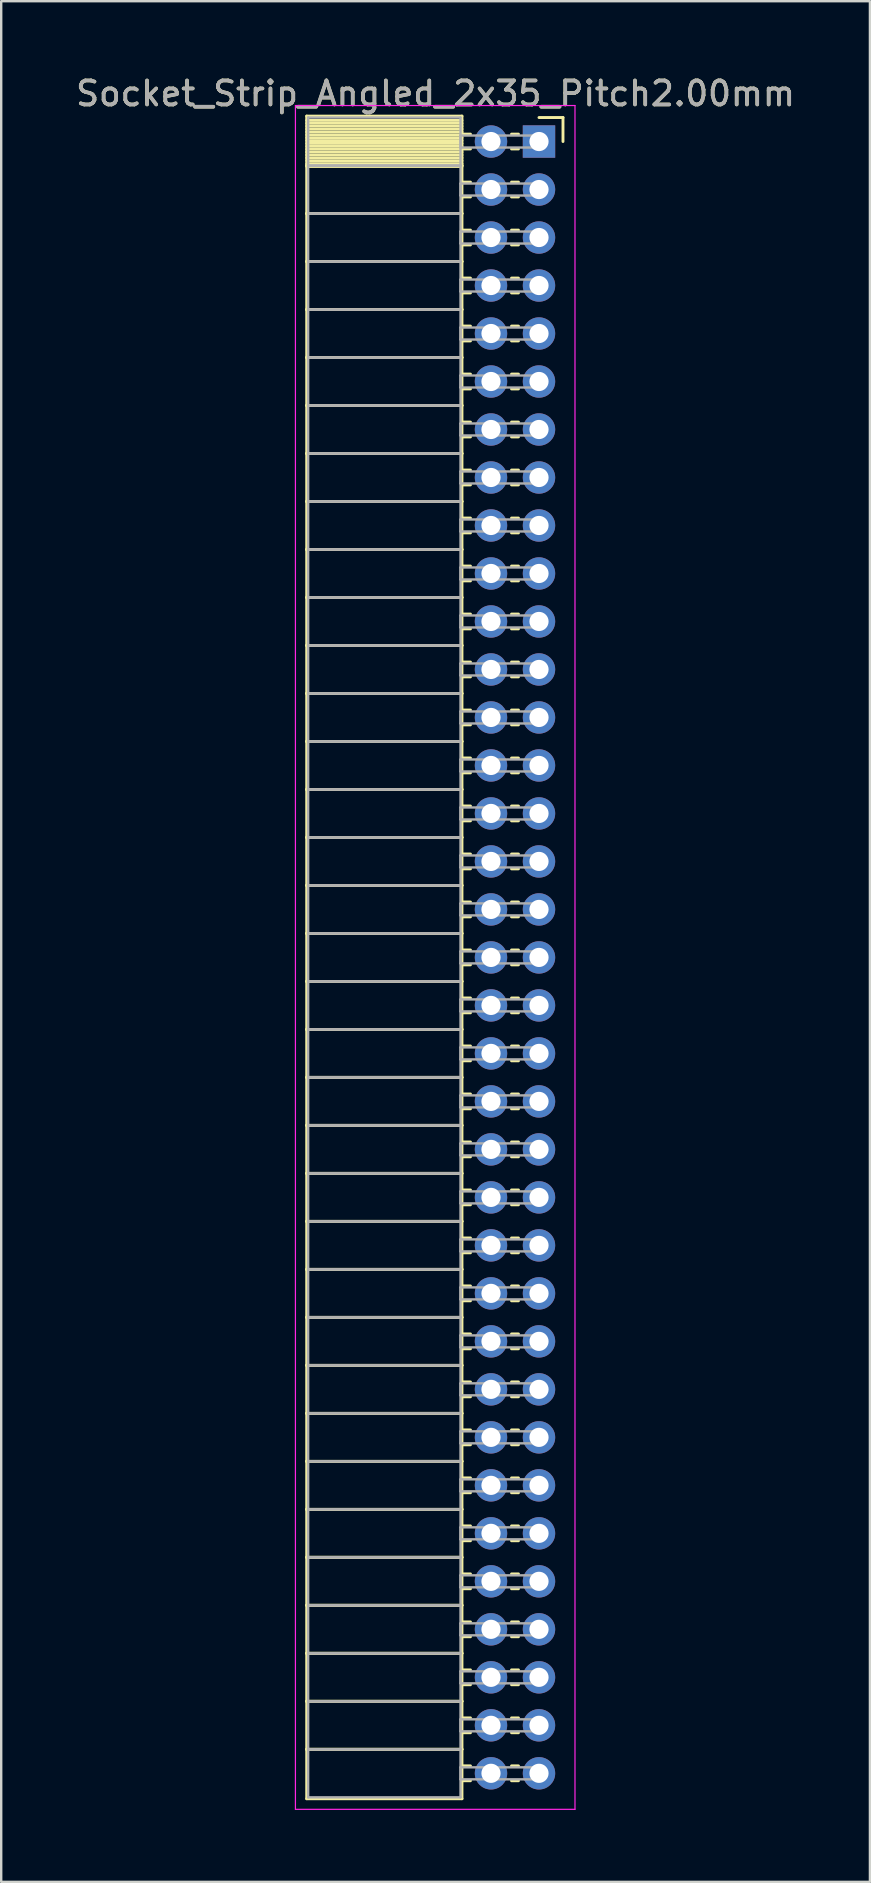
<source format=kicad_pcb>
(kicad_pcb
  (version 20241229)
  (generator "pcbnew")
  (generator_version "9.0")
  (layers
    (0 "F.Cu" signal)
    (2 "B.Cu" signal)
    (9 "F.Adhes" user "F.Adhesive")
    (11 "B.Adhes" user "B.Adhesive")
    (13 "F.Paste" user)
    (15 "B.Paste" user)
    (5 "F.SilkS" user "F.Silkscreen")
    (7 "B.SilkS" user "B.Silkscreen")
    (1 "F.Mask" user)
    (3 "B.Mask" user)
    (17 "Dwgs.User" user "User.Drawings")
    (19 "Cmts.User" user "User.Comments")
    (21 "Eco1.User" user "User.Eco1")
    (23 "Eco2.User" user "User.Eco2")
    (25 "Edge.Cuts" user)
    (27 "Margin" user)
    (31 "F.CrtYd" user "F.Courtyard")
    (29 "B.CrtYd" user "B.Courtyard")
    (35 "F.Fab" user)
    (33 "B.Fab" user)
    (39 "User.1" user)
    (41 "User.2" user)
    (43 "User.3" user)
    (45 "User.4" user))
  (footprint "Socket_Strip_Angled_2x35_Pitch2.00mm"
    (layer "F.Cu")
    (at 19.411 2.848)
    (property "Reference" "Socket_Strip_Angled_2x35_Pitch2.00mm" (at -4.31 -2 0) (layer "F.SilkS") (effects (font (size 1 1) (thickness 0.15))))
    (attr through_hole)
    (fp_line (start -9.68 -1.06) (end -3.21 -1.06) (stroke (width 0.12) (type solid)) (layer "F.SilkS"))
    (fp_line (start -9.68 1) (end -9.68 -1.06) (stroke (width 0.12) (type solid)) (layer "F.SilkS"))
    (fp_line (start -9.68 1) (end -3.21 1) (stroke (width 0.12) (type solid)) (layer "F.SilkS"))
    (fp_line (start -9.68 3) (end -9.68 1) (stroke (width 0.12) (type solid)) (layer "F.SilkS"))
    (fp_line (start -9.68 3) (end -3.21 3) (stroke (width 0.12) (type solid)) (layer "F.SilkS"))
    (fp_line (start -9.68 5) (end -9.68 3) (stroke (width 0.12) (type solid)) (layer "F.SilkS"))
    (fp_line (start -9.68 5) (end -3.21 5) (stroke (width 0.12) (type solid)) (layer "F.SilkS"))
    (fp_line (start -9.68 7) (end -9.68 5) (stroke (width 0.12) (type solid)) (layer "F.SilkS"))
    (fp_line (start -9.68 7) (end -3.21 7) (stroke (width 0.12) (type solid)) (layer "F.SilkS"))
    (fp_line (start -9.68 9) (end -9.68 7) (stroke (width 0.12) (type solid)) (layer "F.SilkS"))
    (fp_line (start -9.68 9) (end -3.21 9) (stroke (width 0.12) (type solid)) (layer "F.SilkS"))
    (fp_line (start -9.68 11) (end -9.68 9) (stroke (width 0.12) (type solid)) (layer "F.SilkS"))
    (fp_line (start -9.68 11) (end -3.21 11) (stroke (width 0.12) (type solid)) (layer "F.SilkS"))
    (fp_line (start -9.68 13) (end -9.68 11) (stroke (width 0.12) (type solid)) (layer "F.SilkS"))
    (fp_line (start -9.68 13) (end -3.21 13) (stroke (width 0.12) (type solid)) (layer "F.SilkS"))
    (fp_line (start -9.68 15) (end -9.68 13) (stroke (width 0.12) (type solid)) (layer "F.SilkS"))
    (fp_line (start -9.68 15) (end -3.21 15) (stroke (width 0.12) (type solid)) (layer "F.SilkS"))
    (fp_line (start -9.68 17) (end -9.68 15) (stroke (width 0.12) (type solid)) (layer "F.SilkS"))
    (fp_line (start -9.68 17) (end -3.21 17) (stroke (width 0.12) (type solid)) (layer "F.SilkS"))
    (fp_line (start -9.68 19) (end -9.68 17) (stroke (width 0.12) (type solid)) (layer "F.SilkS"))
    (fp_line (start -9.68 19) (end -3.21 19) (stroke (width 0.12) (type solid)) (layer "F.SilkS"))
    (fp_line (start -9.68 21) (end -9.68 19) (stroke (width 0.12) (type solid)) (layer "F.SilkS"))
    (fp_line (start -9.68 21) (end -3.21 21) (stroke (width 0.12) (type solid)) (layer "F.SilkS"))
    (fp_line (start -9.68 23) (end -9.68 21) (stroke (width 0.12) (type solid)) (layer "F.SilkS"))
    (fp_line (start -9.68 23) (end -3.21 23) (stroke (width 0.12) (type solid)) (layer "F.SilkS"))
    (fp_line (start -9.68 25) (end -9.68 23) (stroke (width 0.12) (type solid)) (layer "F.SilkS"))
    (fp_line (start -9.68 25) (end -3.21 25) (stroke (width 0.12) (type solid)) (layer "F.SilkS"))
    (fp_line (start -9.68 27) (end -9.68 25) (stroke (width 0.12) (type solid)) (layer "F.SilkS"))
    (fp_line (start -9.68 27) (end -3.21 27) (stroke (width 0.12) (type solid)) (layer "F.SilkS"))
    (fp_line (start -9.68 29) (end -9.68 27) (stroke (width 0.12) (type solid)) (layer "F.SilkS"))
    (fp_line (start -9.68 29) (end -3.21 29) (stroke (width 0.12) (type solid)) (layer "F.SilkS"))
    (fp_line (start -9.68 31) (end -9.68 29) (stroke (width 0.12) (type solid)) (layer "F.SilkS"))
    (fp_line (start -9.68 31) (end -3.21 31) (stroke (width 0.12) (type solid)) (layer "F.SilkS"))
    (fp_line (start -9.68 33) (end -9.68 31) (stroke (width 0.12) (type solid)) (layer "F.SilkS"))
    (fp_line (start -9.68 33) (end -3.21 33) (stroke (width 0.12) (type solid)) (layer "F.SilkS"))
    (fp_line (start -9.68 35) (end -9.68 33) (stroke (width 0.12) (type solid)) (layer "F.SilkS"))
    (fp_line (start -9.68 35) (end -3.21 35) (stroke (width 0.12) (type solid)) (layer "F.SilkS"))
    (fp_line (start -9.68 37) (end -9.68 35) (stroke (width 0.12) (type solid)) (layer "F.SilkS"))
    (fp_line (start -9.68 37) (end -3.21 37) (stroke (width 0.12) (type solid)) (layer "F.SilkS"))
    (fp_line (start -9.68 39) (end -9.68 37) (stroke (width 0.12) (type solid)) (layer "F.SilkS"))
    (fp_line (start -9.68 39) (end -3.21 39) (stroke (width 0.12) (type solid)) (layer "F.SilkS"))
    (fp_line (start -9.68 41) (end -9.68 39) (stroke (width 0.12) (type solid)) (layer "F.SilkS"))
    (fp_line (start -9.68 41) (end -3.21 41) (stroke (width 0.12) (type solid)) (layer "F.SilkS"))
    (fp_line (start -9.68 43) (end -9.68 41) (stroke (width 0.12) (type solid)) (layer "F.SilkS"))
    (fp_line (start -9.68 43) (end -3.21 43) (stroke (width 0.12) (type solid)) (layer "F.SilkS"))
    (fp_line (start -9.68 45) (end -9.68 43) (stroke (width 0.12) (type solid)) (layer "F.SilkS"))
    (fp_line (start -9.68 45) (end -3.21 45) (stroke (width 0.12) (type solid)) (layer "F.SilkS"))
    (fp_line (start -9.68 47) (end -9.68 45) (stroke (width 0.12) (type solid)) (layer "F.SilkS"))
    (fp_line (start -9.68 47) (end -3.21 47) (stroke (width 0.12) (type solid)) (layer "F.SilkS"))
    (fp_line (start -9.68 49) (end -9.68 47) (stroke (width 0.12) (type solid)) (layer "F.SilkS"))
    (fp_line (start -9.68 49) (end -3.21 49) (stroke (width 0.12) (type solid)) (layer "F.SilkS"))
    (fp_line (start -9.68 51) (end -9.68 49) (stroke (width 0.12) (type solid)) (layer "F.SilkS"))
    (fp_line (start -9.68 51) (end -3.21 51) (stroke (width 0.12) (type solid)) (layer "F.SilkS"))
    (fp_line (start -9.68 53) (end -9.68 51) (stroke (width 0.12) (type solid)) (layer "F.SilkS"))
    (fp_line (start -9.68 53) (end -3.21 53) (stroke (width 0.12) (type solid)) (layer "F.SilkS"))
    (fp_line (start -9.68 55) (end -9.68 53) (stroke (width 0.12) (type solid)) (layer "F.SilkS"))
    (fp_line (start -9.68 55) (end -3.21 55) (stroke (width 0.12) (type solid)) (layer "F.SilkS"))
    (fp_line (start -9.68 57) (end -9.68 55) (stroke (width 0.12) (type solid)) (layer "F.SilkS"))
    (fp_line (start -9.68 57) (end -3.21 57) (stroke (width 0.12) (type solid)) (layer "F.SilkS"))
    (fp_line (start -9.68 59) (end -9.68 57) (stroke (width 0.12) (type solid)) (layer "F.SilkS"))
    (fp_line (start -9.68 59) (end -3.21 59) (stroke (width 0.12) (type solid)) (layer "F.SilkS"))
    (fp_line (start -9.68 61) (end -9.68 59) (stroke (width 0.12) (type solid)) (layer "F.SilkS"))
    (fp_line (start -9.68 61) (end -3.21 61) (stroke (width 0.12) (type solid)) (layer "F.SilkS"))
    (fp_line (start -9.68 63) (end -9.68 61) (stroke (width 0.12) (type solid)) (layer "F.SilkS"))
    (fp_line (start -9.68 63) (end -3.21 63) (stroke (width 0.12) (type solid)) (layer "F.SilkS"))
    (fp_line (start -9.68 65) (end -9.68 63) (stroke (width 0.12) (type solid)) (layer "F.SilkS"))
    (fp_line (start -9.68 65) (end -3.21 65) (stroke (width 0.12) (type solid)) (layer "F.SilkS"))
    (fp_line (start -9.68 67) (end -9.68 65) (stroke (width 0.12) (type solid)) (layer "F.SilkS"))
    (fp_line (start -9.68 67) (end -3.21 67) (stroke (width 0.12) (type solid)) (layer "F.SilkS"))
    (fp_line (start -9.68 69.06) (end -9.68 67) (stroke (width 0.12) (type solid)) (layer "F.SilkS"))
    (fp_line (start -3.21 -1.06) (end -3.21 1) (stroke (width 0.12) (type solid)) (layer "F.SilkS"))
    (fp_line (start -3.21 -0.88) (end -9.68 -0.88) (stroke (width 0.12) (type solid)) (layer "F.SilkS"))
    (fp_line (start -3.21 -0.76) (end -9.68 -0.76) (stroke (width 0.12) (type solid)) (layer "F.SilkS"))
    (fp_line (start -3.21 -0.64) (end -9.68 -0.64) (stroke (width 0.12) (type solid)) (layer "F.SilkS"))
    (fp_line (start -3.21 -0.52) (end -9.68 -0.52) (stroke (width 0.12) (type solid)) (layer "F.SilkS"))
    (fp_line (start -3.21 -0.4) (end -9.68 -0.4) (stroke (width 0.12) (type solid)) (layer "F.SilkS"))
    (fp_line (start -3.21 -0.28) (end -9.68 -0.28) (stroke (width 0.12) (type solid)) (layer "F.SilkS"))
    (fp_line (start -3.21 -0.16) (end -9.68 -0.16) (stroke (width 0.12) (type solid)) (layer "F.SilkS"))
    (fp_line (start -3.21 -0.04) (end -9.68 -0.04) (stroke (width 0.12) (type solid)) (layer "F.SilkS"))
    (fp_line (start -3.21 0.08) (end -9.68 0.08) (stroke (width 0.12) (type solid)) (layer "F.SilkS"))
    (fp_line (start -3.21 0.2) (end -9.68 0.2) (stroke (width 0.12) (type solid)) (layer "F.SilkS"))
    (fp_line (start -3.21 0.32) (end -9.68 0.32) (stroke (width 0.12) (type solid)) (layer "F.SilkS"))
    (fp_line (start -3.21 0.44) (end -9.68 0.44) (stroke (width 0.12) (type solid)) (layer "F.SilkS"))
    (fp_line (start -3.21 0.56) (end -9.68 0.56) (stroke (width 0.12) (type solid)) (layer "F.SilkS"))
    (fp_line (start -3.21 0.68) (end -9.68 0.68) (stroke (width 0.12) (type solid)) (layer "F.SilkS"))
    (fp_line (start -3.21 0.8) (end -9.68 0.8) (stroke (width 0.12) (type solid)) (layer "F.SilkS"))
    (fp_line (start -3.21 0.92) (end -9.68 0.92) (stroke (width 0.12) (type solid)) (layer "F.SilkS"))
    (fp_line (start -3.21 1) (end -9.68 1) (stroke (width 0.12) (type solid)) (layer "F.SilkS"))
    (fp_line (start -3.21 1) (end -3.21 3) (stroke (width 0.12) (type solid)) (layer "F.SilkS"))
    (fp_line (start -3.21 1.04) (end -9.68 1.04) (stroke (width 0.12) (type solid)) (layer "F.SilkS"))
    (fp_line (start -3.21 3) (end -9.68 3) (stroke (width 0.12) (type solid)) (layer "F.SilkS"))
    (fp_line (start -3.21 3) (end -3.21 5) (stroke (width 0.12) (type solid)) (layer "F.SilkS"))
    (fp_line (start -3.21 5) (end -9.68 5) (stroke (width 0.12) (type solid)) (layer "F.SilkS"))
    (fp_line (start -3.21 5) (end -3.21 7) (stroke (width 0.12) (type solid)) (layer "F.SilkS"))
    (fp_line (start -3.21 7) (end -9.68 7) (stroke (width 0.12) (type solid)) (layer "F.SilkS"))
    (fp_line (start -3.21 7) (end -3.21 9) (stroke (width 0.12) (type solid)) (layer "F.SilkS"))
    (fp_line (start -3.21 9) (end -9.68 9) (stroke (width 0.12) (type solid)) (layer "F.SilkS"))
    (fp_line (start -3.21 9) (end -3.21 11) (stroke (width 0.12) (type solid)) (layer "F.SilkS"))
    (fp_line (start -3.21 11) (end -9.68 11) (stroke (width 0.12) (type solid)) (layer "F.SilkS"))
    (fp_line (start -3.21 11) (end -3.21 13) (stroke (width 0.12) (type solid)) (layer "F.SilkS"))
    (fp_line (start -3.21 13) (end -9.68 13) (stroke (width 0.12) (type solid)) (layer "F.SilkS"))
    (fp_line (start -3.21 13) (end -3.21 15) (stroke (width 0.12) (type solid)) (layer "F.SilkS"))
    (fp_line (start -3.21 15) (end -9.68 15) (stroke (width 0.12) (type solid)) (layer "F.SilkS"))
    (fp_line (start -3.21 15) (end -3.21 17) (stroke (width 0.12) (type solid)) (layer "F.SilkS"))
    (fp_line (start -3.21 17) (end -9.68 17) (stroke (width 0.12) (type solid)) (layer "F.SilkS"))
    (fp_line (start -3.21 17) (end -3.21 19) (stroke (width 0.12) (type solid)) (layer "F.SilkS"))
    (fp_line (start -3.21 19) (end -9.68 19) (stroke (width 0.12) (type solid)) (layer "F.SilkS"))
    (fp_line (start -3.21 19) (end -3.21 21) (stroke (width 0.12) (type solid)) (layer "F.SilkS"))
    (fp_line (start -3.21 21) (end -9.68 21) (stroke (width 0.12) (type solid)) (layer "F.SilkS"))
    (fp_line (start -3.21 21) (end -3.21 23) (stroke (width 0.12) (type solid)) (layer "F.SilkS"))
    (fp_line (start -3.21 23) (end -9.68 23) (stroke (width 0.12) (type solid)) (layer "F.SilkS"))
    (fp_line (start -3.21 23) (end -3.21 25) (stroke (width 0.12) (type solid)) (layer "F.SilkS"))
    (fp_line (start -3.21 25) (end -9.68 25) (stroke (width 0.12) (type solid)) (layer "F.SilkS"))
    (fp_line (start -3.21 25) (end -3.21 27) (stroke (width 0.12) (type solid)) (layer "F.SilkS"))
    (fp_line (start -3.21 27) (end -9.68 27) (stroke (width 0.12) (type solid)) (layer "F.SilkS"))
    (fp_line (start -3.21 27) (end -3.21 29) (stroke (width 0.12) (type solid)) (layer "F.SilkS"))
    (fp_line (start -3.21 29) (end -9.68 29) (stroke (width 0.12) (type solid)) (layer "F.SilkS"))
    (fp_line (start -3.21 29) (end -3.21 31) (stroke (width 0.12) (type solid)) (layer "F.SilkS"))
    (fp_line (start -3.21 31) (end -9.68 31) (stroke (width 0.12) (type solid)) (layer "F.SilkS"))
    (fp_line (start -3.21 31) (end -3.21 33) (stroke (width 0.12) (type solid)) (layer "F.SilkS"))
    (fp_line (start -3.21 33) (end -9.68 33) (stroke (width 0.12) (type solid)) (layer "F.SilkS"))
    (fp_line (start -3.21 33) (end -3.21 35) (stroke (width 0.12) (type solid)) (layer "F.SilkS"))
    (fp_line (start -3.21 35) (end -9.68 35) (stroke (width 0.12) (type solid)) (layer "F.SilkS"))
    (fp_line (start -3.21 35) (end -3.21 37) (stroke (width 0.12) (type solid)) (layer "F.SilkS"))
    (fp_line (start -3.21 37) (end -9.68 37) (stroke (width 0.12) (type solid)) (layer "F.SilkS"))
    (fp_line (start -3.21 37) (end -3.21 39) (stroke (width 0.12) (type solid)) (layer "F.SilkS"))
    (fp_line (start -3.21 39) (end -9.68 39) (stroke (width 0.12) (type solid)) (layer "F.SilkS"))
    (fp_line (start -3.21 39) (end -3.21 41) (stroke (width 0.12) (type solid)) (layer "F.SilkS"))
    (fp_line (start -3.21 41) (end -9.68 41) (stroke (width 0.12) (type solid)) (layer "F.SilkS"))
    (fp_line (start -3.21 41) (end -3.21 43) (stroke (width 0.12) (type solid)) (layer "F.SilkS"))
    (fp_line (start -3.21 43) (end -9.68 43) (stroke (width 0.12) (type solid)) (layer "F.SilkS"))
    (fp_line (start -3.21 43) (end -3.21 45) (stroke (width 0.12) (type solid)) (layer "F.SilkS"))
    (fp_line (start -3.21 45) (end -9.68 45) (stroke (width 0.12) (type solid)) (layer "F.SilkS"))
    (fp_line (start -3.21 45) (end -3.21 47) (stroke (width 0.12) (type solid)) (layer "F.SilkS"))
    (fp_line (start -3.21 47) (end -9.68 47) (stroke (width 0.12) (type solid)) (layer "F.SilkS"))
    (fp_line (start -3.21 47) (end -3.21 49) (stroke (width 0.12) (type solid)) (layer "F.SilkS"))
    (fp_line (start -3.21 49) (end -9.68 49) (stroke (width 0.12) (type solid)) (layer "F.SilkS"))
    (fp_line (start -3.21 49) (end -3.21 51) (stroke (width 0.12) (type solid)) (layer "F.SilkS"))
    (fp_line (start -3.21 51) (end -9.68 51) (stroke (width 0.12) (type solid)) (layer "F.SilkS"))
    (fp_line (start -3.21 51) (end -3.21 53) (stroke (width 0.12) (type solid)) (layer "F.SilkS"))
    (fp_line (start -3.21 53) (end -9.68 53) (stroke (width 0.12) (type solid)) (layer "F.SilkS"))
    (fp_line (start -3.21 53) (end -3.21 55) (stroke (width 0.12) (type solid)) (layer "F.SilkS"))
    (fp_line (start -3.21 55) (end -9.68 55) (stroke (width 0.12) (type solid)) (layer "F.SilkS"))
    (fp_line (start -3.21 55) (end -3.21 57) (stroke (width 0.12) (type solid)) (layer "F.SilkS"))
    (fp_line (start -3.21 57) (end -9.68 57) (stroke (width 0.12) (type solid)) (layer "F.SilkS"))
    (fp_line (start -3.21 57) (end -3.21 59) (stroke (width 0.12) (type solid)) (layer "F.SilkS"))
    (fp_line (start -3.21 59) (end -9.68 59) (stroke (width 0.12) (type solid)) (layer "F.SilkS"))
    (fp_line (start -3.21 59) (end -3.21 61) (stroke (width 0.12) (type solid)) (layer "F.SilkS"))
    (fp_line (start -3.21 61) (end -9.68 61) (stroke (width 0.12) (type solid)) (layer "F.SilkS"))
    (fp_line (start -3.21 61) (end -3.21 63) (stroke (width 0.12) (type solid)) (layer "F.SilkS"))
    (fp_line (start -3.21 63) (end -9.68 63) (stroke (width 0.12) (type solid)) (layer "F.SilkS"))
    (fp_line (start -3.21 63) (end -3.21 65) (stroke (width 0.12) (type solid)) (layer "F.SilkS"))
    (fp_line (start -3.21 65) (end -9.68 65) (stroke (width 0.12) (type solid)) (layer "F.SilkS"))
    (fp_line (start -3.21 65) (end -3.21 67) (stroke (width 0.12) (type solid)) (layer "F.SilkS"))
    (fp_line (start -3.21 67) (end -9.68 67) (stroke (width 0.12) (type solid)) (layer "F.SilkS"))
    (fp_line (start -3.21 67) (end -3.21 69.06) (stroke (width 0.12) (type solid)) (layer "F.SilkS"))
    (fp_line (start -3.21 69.06) (end -9.68 69.06) (stroke (width 0.12) (type solid)) (layer "F.SilkS"))
    (fp_line (start -2.855 -0.31) (end -3.21 -0.31) (stroke (width 0.12) (type solid)) (layer "F.SilkS"))
    (fp_line (start -2.855 0.31) (end -3.21 0.31) (stroke (width 0.12) (type solid)) (layer "F.SilkS"))
    (fp_line (start -2.855 1.69) (end -3.21 1.69) (stroke (width 0.12) (type solid)) (layer "F.SilkS"))
    (fp_line (start -2.855 2.31) (end -3.21 2.31) (stroke (width 0.12) (type solid)) (layer "F.SilkS"))
    (fp_line (start -2.855 3.69) (end -3.21 3.69) (stroke (width 0.12) (type solid)) (layer "F.SilkS"))
    (fp_line (start -2.855 4.31) (end -3.21 4.31) (stroke (width 0.12) (type solid)) (layer "F.SilkS"))
    (fp_line (start -2.855 5.69) (end -3.21 5.69) (stroke (width 0.12) (type solid)) (layer "F.SilkS"))
    (fp_line (start -2.855 6.31) (end -3.21 6.31) (stroke (width 0.12) (type solid)) (layer "F.SilkS"))
    (fp_line (start -2.855 7.69) (end -3.21 7.69) (stroke (width 0.12) (type solid)) (layer "F.SilkS"))
    (fp_line (start -2.855 8.31) (end -3.21 8.31) (stroke (width 0.12) (type solid)) (layer "F.SilkS"))
    (fp_line (start -2.855 9.69) (end -3.21 9.69) (stroke (width 0.12) (type solid)) (layer "F.SilkS"))
    (fp_line (start -2.855 10.31) (end -3.21 10.31) (stroke (width 0.12) (type solid)) (layer "F.SilkS"))
    (fp_line (start -2.855 11.69) (end -3.21 11.69) (stroke (width 0.12) (type solid)) (layer "F.SilkS"))
    (fp_line (start -2.855 12.31) (end -3.21 12.31) (stroke (width 0.12) (type solid)) (layer "F.SilkS"))
    (fp_line (start -2.855 13.69) (end -3.21 13.69) (stroke (width 0.12) (type solid)) (layer "F.SilkS"))
    (fp_line (start -2.855 14.31) (end -3.21 14.31) (stroke (width 0.12) (type solid)) (layer "F.SilkS"))
    (fp_line (start -2.855 15.69) (end -3.21 15.69) (stroke (width 0.12) (type solid)) (layer "F.SilkS"))
    (fp_line (start -2.855 16.31) (end -3.21 16.31) (stroke (width 0.12) (type solid)) (layer "F.SilkS"))
    (fp_line (start -2.855 17.69) (end -3.21 17.69) (stroke (width 0.12) (type solid)) (layer "F.SilkS"))
    (fp_line (start -2.855 18.31) (end -3.21 18.31) (stroke (width 0.12) (type solid)) (layer "F.SilkS"))
    (fp_line (start -2.855 19.69) (end -3.21 19.69) (stroke (width 0.12) (type solid)) (layer "F.SilkS"))
    (fp_line (start -2.855 20.31) (end -3.21 20.31) (stroke (width 0.12) (type solid)) (layer "F.SilkS"))
    (fp_line (start -2.855 21.69) (end -3.21 21.69) (stroke (width 0.12) (type solid)) (layer "F.SilkS"))
    (fp_line (start -2.855 22.31) (end -3.21 22.31) (stroke (width 0.12) (type solid)) (layer "F.SilkS"))
    (fp_line (start -2.855 23.69) (end -3.21 23.69) (stroke (width 0.12) (type solid)) (layer "F.SilkS"))
    (fp_line (start -2.855 24.31) (end -3.21 24.31) (stroke (width 0.12) (type solid)) (layer "F.SilkS"))
    (fp_line (start -2.855 25.69) (end -3.21 25.69) (stroke (width 0.12) (type solid)) (layer "F.SilkS"))
    (fp_line (start -2.855 26.31) (end -3.21 26.31) (stroke (width 0.12) (type solid)) (layer "F.SilkS"))
    (fp_line (start -2.855 27.69) (end -3.21 27.69) (stroke (width 0.12) (type solid)) (layer "F.SilkS"))
    (fp_line (start -2.855 28.31) (end -3.21 28.31) (stroke (width 0.12) (type solid)) (layer "F.SilkS"))
    (fp_line (start -2.855 29.69) (end -3.21 29.69) (stroke (width 0.12) (type solid)) (layer "F.SilkS"))
    (fp_line (start -2.855 30.31) (end -3.21 30.31) (stroke (width 0.12) (type solid)) (layer "F.SilkS"))
    (fp_line (start -2.855 31.69) (end -3.21 31.69) (stroke (width 0.12) (type solid)) (layer "F.SilkS"))
    (fp_line (start -2.855 32.31) (end -3.21 32.31) (stroke (width 0.12) (type solid)) (layer "F.SilkS"))
    (fp_line (start -2.855 33.69) (end -3.21 33.69) (stroke (width 0.12) (type solid)) (layer "F.SilkS"))
    (fp_line (start -2.855 34.31) (end -3.21 34.31) (stroke (width 0.12) (type solid)) (layer "F.SilkS"))
    (fp_line (start -2.855 35.69) (end -3.21 35.69) (stroke (width 0.12) (type solid)) (layer "F.SilkS"))
    (fp_line (start -2.855 36.31) (end -3.21 36.31) (stroke (width 0.12) (type solid)) (layer "F.SilkS"))
    (fp_line (start -2.855 37.69) (end -3.21 37.69) (stroke (width 0.12) (type solid)) (layer "F.SilkS"))
    (fp_line (start -2.855 38.31) (end -3.21 38.31) (stroke (width 0.12) (type solid)) (layer "F.SilkS"))
    (fp_line (start -2.855 39.69) (end -3.21 39.69) (stroke (width 0.12) (type solid)) (layer "F.SilkS"))
    (fp_line (start -2.855 40.31) (end -3.21 40.31) (stroke (width 0.12) (type solid)) (layer "F.SilkS"))
    (fp_line (start -2.855 41.69) (end -3.21 41.69) (stroke (width 0.12) (type solid)) (layer "F.SilkS"))
    (fp_line (start -2.855 42.31) (end -3.21 42.31) (stroke (width 0.12) (type solid)) (layer "F.SilkS"))
    (fp_line (start -2.855 43.69) (end -3.21 43.69) (stroke (width 0.12) (type solid)) (layer "F.SilkS"))
    (fp_line (start -2.855 44.31) (end -3.21 44.31) (stroke (width 0.12) (type solid)) (layer "F.SilkS"))
    (fp_line (start -2.855 45.69) (end -3.21 45.69) (stroke (width 0.12) (type solid)) (layer "F.SilkS"))
    (fp_line (start -2.855 46.31) (end -3.21 46.31) (stroke (width 0.12) (type solid)) (layer "F.SilkS"))
    (fp_line (start -2.855 47.69) (end -3.21 47.69) (stroke (width 0.12) (type solid)) (layer "F.SilkS"))
    (fp_line (start -2.855 48.31) (end -3.21 48.31) (stroke (width 0.12) (type solid)) (layer "F.SilkS"))
    (fp_line (start -2.855 49.69) (end -3.21 49.69) (stroke (width 0.12) (type solid)) (layer "F.SilkS"))
    (fp_line (start -2.855 50.31) (end -3.21 50.31) (stroke (width 0.12) (type solid)) (layer "F.SilkS"))
    (fp_line (start -2.855 51.69) (end -3.21 51.69) (stroke (width 0.12) (type solid)) (layer "F.SilkS"))
    (fp_line (start -2.855 52.31) (end -3.21 52.31) (stroke (width 0.12) (type solid)) (layer "F.SilkS"))
    (fp_line (start -2.855 53.69) (end -3.21 53.69) (stroke (width 0.12) (type solid)) (layer "F.SilkS"))
    (fp_line (start -2.855 54.31) (end -3.21 54.31) (stroke (width 0.12) (type solid)) (layer "F.SilkS"))
    (fp_line (start -2.855 55.69) (end -3.21 55.69) (stroke (width 0.12) (type solid)) (layer "F.SilkS"))
    (fp_line (start -2.855 56.31) (end -3.21 56.31) (stroke (width 0.12) (type solid)) (layer "F.SilkS"))
    (fp_line (start -2.855 57.69) (end -3.21 57.69) (stroke (width 0.12) (type solid)) (layer "F.SilkS"))
    (fp_line (start -2.855 58.31) (end -3.21 58.31) (stroke (width 0.12) (type solid)) (layer "F.SilkS"))
    (fp_line (start -2.855 59.69) (end -3.21 59.69) (stroke (width 0.12) (type solid)) (layer "F.SilkS"))
    (fp_line (start -2.855 60.31) (end -3.21 60.31) (stroke (width 0.12) (type solid)) (layer "F.SilkS"))
    (fp_line (start -2.855 61.69) (end -3.21 61.69) (stroke (width 0.12) (type solid)) (layer "F.SilkS"))
    (fp_line (start -2.855 62.31) (end -3.21 62.31) (stroke (width 0.12) (type solid)) (layer "F.SilkS"))
    (fp_line (start -2.855 63.69) (end -3.21 63.69) (stroke (width 0.12) (type solid)) (layer "F.SilkS"))
    (fp_line (start -2.855 64.31) (end -3.21 64.31) (stroke (width 0.12) (type solid)) (layer "F.SilkS"))
    (fp_line (start -2.855 65.69) (end -3.21 65.69) (stroke (width 0.12) (type solid)) (layer "F.SilkS"))
    (fp_line (start -2.855 66.31) (end -3.21 66.31) (stroke (width 0.12) (type solid)) (layer "F.SilkS"))
    (fp_line (start -2.855 67.69) (end -3.21 67.69) (stroke (width 0.12) (type solid)) (layer "F.SilkS"))
    (fp_line (start -2.855 68.31) (end -3.21 68.31) (stroke (width 0.12) (type solid)) (layer "F.SilkS"))
    (fp_line (start -0.855 -0.31) (end -1.145 -0.31) (stroke (width 0.12) (type solid)) (layer "F.SilkS"))
    (fp_line (start -0.855 0.31) (end -1.145 0.31) (stroke (width 0.12) (type solid)) (layer "F.SilkS"))
    (fp_line (start -0.855 1.69) (end -1.145 1.69) (stroke (width 0.12) (type solid)) (layer "F.SilkS"))
    (fp_line (start -0.855 2.31) (end -1.145 2.31) (stroke (width 0.12) (type solid)) (layer "F.SilkS"))
    (fp_line (start -0.855 3.69) (end -1.145 3.69) (stroke (width 0.12) (type solid)) (layer "F.SilkS"))
    (fp_line (start -0.855 4.31) (end -1.145 4.31) (stroke (width 0.12) (type solid)) (layer "F.SilkS"))
    (fp_line (start -0.855 5.69) (end -1.145 5.69) (stroke (width 0.12) (type solid)) (layer "F.SilkS"))
    (fp_line (start -0.855 6.31) (end -1.145 6.31) (stroke (width 0.12) (type solid)) (layer "F.SilkS"))
    (fp_line (start -0.855 7.69) (end -1.145 7.69) (stroke (width 0.12) (type solid)) (layer "F.SilkS"))
    (fp_line (start -0.855 8.31) (end -1.145 8.31) (stroke (width 0.12) (type solid)) (layer "F.SilkS"))
    (fp_line (start -0.855 9.69) (end -1.145 9.69) (stroke (width 0.12) (type solid)) (layer "F.SilkS"))
    (fp_line (start -0.855 10.31) (end -1.145 10.31) (stroke (width 0.12) (type solid)) (layer "F.SilkS"))
    (fp_line (start -0.855 11.69) (end -1.145 11.69) (stroke (width 0.12) (type solid)) (layer "F.SilkS"))
    (fp_line (start -0.855 12.31) (end -1.145 12.31) (stroke (width 0.12) (type solid)) (layer "F.SilkS"))
    (fp_line (start -0.855 13.69) (end -1.145 13.69) (stroke (width 0.12) (type solid)) (layer "F.SilkS"))
    (fp_line (start -0.855 14.31) (end -1.145 14.31) (stroke (width 0.12) (type solid)) (layer "F.SilkS"))
    (fp_line (start -0.855 15.69) (end -1.145 15.69) (stroke (width 0.12) (type solid)) (layer "F.SilkS"))
    (fp_line (start -0.855 16.31) (end -1.145 16.31) (stroke (width 0.12) (type solid)) (layer "F.SilkS"))
    (fp_line (start -0.855 17.69) (end -1.145 17.69) (stroke (width 0.12) (type solid)) (layer "F.SilkS"))
    (fp_line (start -0.855 18.31) (end -1.145 18.31) (stroke (width 0.12) (type solid)) (layer "F.SilkS"))
    (fp_line (start -0.855 19.69) (end -1.145 19.69) (stroke (width 0.12) (type solid)) (layer "F.SilkS"))
    (fp_line (start -0.855 20.31) (end -1.145 20.31) (stroke (width 0.12) (type solid)) (layer "F.SilkS"))
    (fp_line (start -0.855 21.69) (end -1.145 21.69) (stroke (width 0.12) (type solid)) (layer "F.SilkS"))
    (fp_line (start -0.855 22.31) (end -1.145 22.31) (stroke (width 0.12) (type solid)) (layer "F.SilkS"))
    (fp_line (start -0.855 23.69) (end -1.145 23.69) (stroke (width 0.12) (type solid)) (layer "F.SilkS"))
    (fp_line (start -0.855 24.31) (end -1.145 24.31) (stroke (width 0.12) (type solid)) (layer "F.SilkS"))
    (fp_line (start -0.855 25.69) (end -1.145 25.69) (stroke (width 0.12) (type solid)) (layer "F.SilkS"))
    (fp_line (start -0.855 26.31) (end -1.145 26.31) (stroke (width 0.12) (type solid)) (layer "F.SilkS"))
    (fp_line (start -0.855 27.69) (end -1.145 27.69) (stroke (width 0.12) (type solid)) (layer "F.SilkS"))
    (fp_line (start -0.855 28.31) (end -1.145 28.31) (stroke (width 0.12) (type solid)) (layer "F.SilkS"))
    (fp_line (start -0.855 29.69) (end -1.145 29.69) (stroke (width 0.12) (type solid)) (layer "F.SilkS"))
    (fp_line (start -0.855 30.31) (end -1.145 30.31) (stroke (width 0.12) (type solid)) (layer "F.SilkS"))
    (fp_line (start -0.855 31.69) (end -1.145 31.69) (stroke (width 0.12) (type solid)) (layer "F.SilkS"))
    (fp_line (start -0.855 32.31) (end -1.145 32.31) (stroke (width 0.12) (type solid)) (layer "F.SilkS"))
    (fp_line (start -0.855 33.69) (end -1.145 33.69) (stroke (width 0.12) (type solid)) (layer "F.SilkS"))
    (fp_line (start -0.855 34.31) (end -1.145 34.31) (stroke (width 0.12) (type solid)) (layer "F.SilkS"))
    (fp_line (start -0.855 35.69) (end -1.145 35.69) (stroke (width 0.12) (type solid)) (layer "F.SilkS"))
    (fp_line (start -0.855 36.31) (end -1.145 36.31) (stroke (width 0.12) (type solid)) (layer "F.SilkS"))
    (fp_line (start -0.855 37.69) (end -1.145 37.69) (stroke (width 0.12) (type solid)) (layer "F.SilkS"))
    (fp_line (start -0.855 38.31) (end -1.145 38.31) (stroke (width 0.12) (type solid)) (layer "F.SilkS"))
    (fp_line (start -0.855 39.69) (end -1.145 39.69) (stroke (width 0.12) (type solid)) (layer "F.SilkS"))
    (fp_line (start -0.855 40.31) (end -1.145 40.31) (stroke (width 0.12) (type solid)) (layer "F.SilkS"))
    (fp_line (start -0.855 41.69) (end -1.145 41.69) (stroke (width 0.12) (type solid)) (layer "F.SilkS"))
    (fp_line (start -0.855 42.31) (end -1.145 42.31) (stroke (width 0.12) (type solid)) (layer "F.SilkS"))
    (fp_line (start -0.855 43.69) (end -1.145 43.69) (stroke (width 0.12) (type solid)) (layer "F.SilkS"))
    (fp_line (start -0.855 44.31) (end -1.145 44.31) (stroke (width 0.12) (type solid)) (layer "F.SilkS"))
    (fp_line (start -0.855 45.69) (end -1.145 45.69) (stroke (width 0.12) (type solid)) (layer "F.SilkS"))
    (fp_line (start -0.855 46.31) (end -1.145 46.31) (stroke (width 0.12) (type solid)) (layer "F.SilkS"))
    (fp_line (start -0.855 47.69) (end -1.145 47.69) (stroke (width 0.12) (type solid)) (layer "F.SilkS"))
    (fp_line (start -0.855 48.31) (end -1.145 48.31) (stroke (width 0.12) (type solid)) (layer "F.SilkS"))
    (fp_line (start -0.855 49.69) (end -1.145 49.69) (stroke (width 0.12) (type solid)) (layer "F.SilkS"))
    (fp_line (start -0.855 50.31) (end -1.145 50.31) (stroke (width 0.12) (type solid)) (layer "F.SilkS"))
    (fp_line (start -0.855 51.69) (end -1.145 51.69) (stroke (width 0.12) (type solid)) (layer "F.SilkS"))
    (fp_line (start -0.855 52.31) (end -1.145 52.31) (stroke (width 0.12) (type solid)) (layer "F.SilkS"))
    (fp_line (start -0.855 53.69) (end -1.145 53.69) (stroke (width 0.12) (type solid)) (layer "F.SilkS"))
    (fp_line (start -0.855 54.31) (end -1.145 54.31) (stroke (width 0.12) (type solid)) (layer "F.SilkS"))
    (fp_line (start -0.855 55.69) (end -1.145 55.69) (stroke (width 0.12) (type solid)) (layer "F.SilkS"))
    (fp_line (start -0.855 56.31) (end -1.145 56.31) (stroke (width 0.12) (type solid)) (layer "F.SilkS"))
    (fp_line (start -0.855 57.69) (end -1.145 57.69) (stroke (width 0.12) (type solid)) (layer "F.SilkS"))
    (fp_line (start -0.855 58.31) (end -1.145 58.31) (stroke (width 0.12) (type solid)) (layer "F.SilkS"))
    (fp_line (start -0.855 59.69) (end -1.145 59.69) (stroke (width 0.12) (type solid)) (layer "F.SilkS"))
    (fp_line (start -0.855 60.31) (end -1.145 60.31) (stroke (width 0.12) (type solid)) (layer "F.SilkS"))
    (fp_line (start -0.855 61.69) (end -1.145 61.69) (stroke (width 0.12) (type solid)) (layer "F.SilkS"))
    (fp_line (start -0.855 62.31) (end -1.145 62.31) (stroke (width 0.12) (type solid)) (layer "F.SilkS"))
    (fp_line (start -0.855 63.69) (end -1.145 63.69) (stroke (width 0.12) (type solid)) (layer "F.SilkS"))
    (fp_line (start -0.855 64.31) (end -1.145 64.31) (stroke (width 0.12) (type solid)) (layer "F.SilkS"))
    (fp_line (start -0.855 65.69) (end -1.145 65.69) (stroke (width 0.12) (type solid)) (layer "F.SilkS"))
    (fp_line (start -0.855 66.31) (end -1.145 66.31) (stroke (width 0.12) (type solid)) (layer "F.SilkS"))
    (fp_line (start -0.855 67.69) (end -1.145 67.69) (stroke (width 0.12) (type solid)) (layer "F.SilkS"))
    (fp_line (start -0.855 68.31) (end -1.145 68.31) (stroke (width 0.12) (type solid)) (layer "F.SilkS"))
    (fp_line (start 0 -1) (end 1 -1) (stroke (width 0.12) (type solid)) (layer "F.SilkS"))
    (fp_line (start 1 -1) (end 1 0) (stroke (width 0.12) (type solid)) (layer "F.SilkS"))
    (fp_line (start -10.15 -1.5) (end 1.5 -1.5) (stroke (width 0.05) (type solid)) (layer "F.CrtYd"))
    (fp_line (start -10.15 69.5) (end -10.15 -1.5) (stroke (width 0.05) (type solid)) (layer "F.CrtYd"))
    (fp_line (start 1.5 -1.5) (end 1.5 69.5) (stroke (width 0.05) (type solid)) (layer "F.CrtYd"))
    (fp_line (start 1.5 69.5) (end -10.15 69.5) (stroke (width 0.05) (type solid)) (layer "F.CrtYd"))
    (fp_line (start -9.62 -1) (end -3.27 -1) (stroke (width 0.1) (type solid)) (layer "F.Fab"))
    (fp_line (start -9.62 1) (end -9.62 -1) (stroke (width 0.1) (type solid)) (layer "F.Fab"))
    (fp_line (start -9.62 1) (end -3.27 1) (stroke (width 0.1) (type solid)) (layer "F.Fab"))
    (fp_line (start -9.62 3) (end -9.62 1) (stroke (width 0.1) (type solid)) (layer "F.Fab"))
    (fp_line (start -9.62 3) (end -3.27 3) (stroke (width 0.1) (type solid)) (layer "F.Fab"))
    (fp_line (start -9.62 5) (end -9.62 3) (stroke (width 0.1) (type solid)) (layer "F.Fab"))
    (fp_line (start -9.62 5) (end -3.27 5) (stroke (width 0.1) (type solid)) (layer "F.Fab"))
    (fp_line (start -9.62 7) (end -9.62 5) (stroke (width 0.1) (type solid)) (layer "F.Fab"))
    (fp_line (start -9.62 7) (end -3.27 7) (stroke (width 0.1) (type solid)) (layer "F.Fab"))
    (fp_line (start -9.62 9) (end -9.62 7) (stroke (width 0.1) (type solid)) (layer "F.Fab"))
    (fp_line (start -9.62 9) (end -3.27 9) (stroke (width 0.1) (type solid)) (layer "F.Fab"))
    (fp_line (start -9.62 11) (end -9.62 9) (stroke (width 0.1) (type solid)) (layer "F.Fab"))
    (fp_line (start -9.62 11) (end -3.27 11) (stroke (width 0.1) (type solid)) (layer "F.Fab"))
    (fp_line (start -9.62 13) (end -9.62 11) (stroke (width 0.1) (type solid)) (layer "F.Fab"))
    (fp_line (start -9.62 13) (end -3.27 13) (stroke (width 0.1) (type solid)) (layer "F.Fab"))
    (fp_line (start -9.62 15) (end -9.62 13) (stroke (width 0.1) (type solid)) (layer "F.Fab"))
    (fp_line (start -9.62 15) (end -3.27 15) (stroke (width 0.1) (type solid)) (layer "F.Fab"))
    (fp_line (start -9.62 17) (end -9.62 15) (stroke (width 0.1) (type solid)) (layer "F.Fab"))
    (fp_line (start -9.62 17) (end -3.27 17) (stroke (width 0.1) (type solid)) (layer "F.Fab"))
    (fp_line (start -9.62 19) (end -9.62 17) (stroke (width 0.1) (type solid)) (layer "F.Fab"))
    (fp_line (start -9.62 19) (end -3.27 19) (stroke (width 0.1) (type solid)) (layer "F.Fab"))
    (fp_line (start -9.62 21) (end -9.62 19) (stroke (width 0.1) (type solid)) (layer "F.Fab"))
    (fp_line (start -9.62 21) (end -3.27 21) (stroke (width 0.1) (type solid)) (layer "F.Fab"))
    (fp_line (start -9.62 23) (end -9.62 21) (stroke (width 0.1) (type solid)) (layer "F.Fab"))
    (fp_line (start -9.62 23) (end -3.27 23) (stroke (width 0.1) (type solid)) (layer "F.Fab"))
    (fp_line (start -9.62 25) (end -9.62 23) (stroke (width 0.1) (type solid)) (layer "F.Fab"))
    (fp_line (start -9.62 25) (end -3.27 25) (stroke (width 0.1) (type solid)) (layer "F.Fab"))
    (fp_line (start -9.62 27) (end -9.62 25) (stroke (width 0.1) (type solid)) (layer "F.Fab"))
    (fp_line (start -9.62 27) (end -3.27 27) (stroke (width 0.1) (type solid)) (layer "F.Fab"))
    (fp_line (start -9.62 29) (end -9.62 27) (stroke (width 0.1) (type solid)) (layer "F.Fab"))
    (fp_line (start -9.62 29) (end -3.27 29) (stroke (width 0.1) (type solid)) (layer "F.Fab"))
    (fp_line (start -9.62 31) (end -9.62 29) (stroke (width 0.1) (type solid)) (layer "F.Fab"))
    (fp_line (start -9.62 31) (end -3.27 31) (stroke (width 0.1) (type solid)) (layer "F.Fab"))
    (fp_line (start -9.62 33) (end -9.62 31) (stroke (width 0.1) (type solid)) (layer "F.Fab"))
    (fp_line (start -9.62 33) (end -3.27 33) (stroke (width 0.1) (type solid)) (layer "F.Fab"))
    (fp_line (start -9.62 35) (end -9.62 33) (stroke (width 0.1) (type solid)) (layer "F.Fab"))
    (fp_line (start -9.62 35) (end -3.27 35) (stroke (width 0.1) (type solid)) (layer "F.Fab"))
    (fp_line (start -9.62 37) (end -9.62 35) (stroke (width 0.1) (type solid)) (layer "F.Fab"))
    (fp_line (start -9.62 37) (end -3.27 37) (stroke (width 0.1) (type solid)) (layer "F.Fab"))
    (fp_line (start -9.62 39) (end -9.62 37) (stroke (width 0.1) (type solid)) (layer "F.Fab"))
    (fp_line (start -9.62 39) (end -3.27 39) (stroke (width 0.1) (type solid)) (layer "F.Fab"))
    (fp_line (start -9.62 41) (end -9.62 39) (stroke (width 0.1) (type solid)) (layer "F.Fab"))
    (fp_line (start -9.62 41) (end -3.27 41) (stroke (width 0.1) (type solid)) (layer "F.Fab"))
    (fp_line (start -9.62 43) (end -9.62 41) (stroke (width 0.1) (type solid)) (layer "F.Fab"))
    (fp_line (start -9.62 43) (end -3.27 43) (stroke (width 0.1) (type solid)) (layer "F.Fab"))
    (fp_line (start -9.62 45) (end -9.62 43) (stroke (width 0.1) (type solid)) (layer "F.Fab"))
    (fp_line (start -9.62 45) (end -3.27 45) (stroke (width 0.1) (type solid)) (layer "F.Fab"))
    (fp_line (start -9.62 47) (end -9.62 45) (stroke (width 0.1) (type solid)) (layer "F.Fab"))
    (fp_line (start -9.62 47) (end -3.27 47) (stroke (width 0.1) (type solid)) (layer "F.Fab"))
    (fp_line (start -9.62 49) (end -9.62 47) (stroke (width 0.1) (type solid)) (layer "F.Fab"))
    (fp_line (start -9.62 49) (end -3.27 49) (stroke (width 0.1) (type solid)) (layer "F.Fab"))
    (fp_line (start -9.62 51) (end -9.62 49) (stroke (width 0.1) (type solid)) (layer "F.Fab"))
    (fp_line (start -9.62 51) (end -3.27 51) (stroke (width 0.1) (type solid)) (layer "F.Fab"))
    (fp_line (start -9.62 53) (end -9.62 51) (stroke (width 0.1) (type solid)) (layer "F.Fab"))
    (fp_line (start -9.62 53) (end -3.27 53) (stroke (width 0.1) (type solid)) (layer "F.Fab"))
    (fp_line (start -9.62 55) (end -9.62 53) (stroke (width 0.1) (type solid)) (layer "F.Fab"))
    (fp_line (start -9.62 55) (end -3.27 55) (stroke (width 0.1) (type solid)) (layer "F.Fab"))
    (fp_line (start -9.62 57) (end -9.62 55) (stroke (width 0.1) (type solid)) (layer "F.Fab"))
    (fp_line (start -9.62 57) (end -3.27 57) (stroke (width 0.1) (type solid)) (layer "F.Fab"))
    (fp_line (start -9.62 59) (end -9.62 57) (stroke (width 0.1) (type solid)) (layer "F.Fab"))
    (fp_line (start -9.62 59) (end -3.27 59) (stroke (width 0.1) (type solid)) (layer "F.Fab"))
    (fp_line (start -9.62 61) (end -9.62 59) (stroke (width 0.1) (type solid)) (layer "F.Fab"))
    (fp_line (start -9.62 61) (end -3.27 61) (stroke (width 0.1) (type solid)) (layer "F.Fab"))
    (fp_line (start -9.62 63) (end -9.62 61) (stroke (width 0.1) (type solid)) (layer "F.Fab"))
    (fp_line (start -9.62 63) (end -3.27 63) (stroke (width 0.1) (type solid)) (layer "F.Fab"))
    (fp_line (start -9.62 65) (end -9.62 63) (stroke (width 0.1) (type solid)) (layer "F.Fab"))
    (fp_line (start -9.62 65) (end -3.27 65) (stroke (width 0.1) (type solid)) (layer "F.Fab"))
    (fp_line (start -9.62 67) (end -9.62 65) (stroke (width 0.1) (type solid)) (layer "F.Fab"))
    (fp_line (start -9.62 67) (end -3.27 67) (stroke (width 0.1) (type solid)) (layer "F.Fab"))
    (fp_line (start -9.62 69) (end -9.62 67) (stroke (width 0.1) (type solid)) (layer "F.Fab"))
    (fp_line (start -3.27 -1) (end -3.27 1) (stroke (width 0.1) (type solid)) (layer "F.Fab"))
    (fp_line (start -3.27 -0.25) (end 0 -0.25) (stroke (width 0.1) (type solid)) (layer "F.Fab"))
    (fp_line (start -3.27 0.25) (end -3.27 -0.25) (stroke (width 0.1) (type solid)) (layer "F.Fab"))
    (fp_line (start -3.27 1) (end -9.62 1) (stroke (width 0.1) (type solid)) (layer "F.Fab"))
    (fp_line (start -3.27 1) (end -3.27 3) (stroke (width 0.1) (type solid)) (layer "F.Fab"))
    (fp_line (start -3.27 1.75) (end 0 1.75) (stroke (width 0.1) (type solid)) (layer "F.Fab"))
    (fp_line (start -3.27 2.25) (end -3.27 1.75) (stroke (width 0.1) (type solid)) (layer "F.Fab"))
    (fp_line (start -3.27 3) (end -9.62 3) (stroke (width 0.1) (type solid)) (layer "F.Fab"))
    (fp_line (start -3.27 3) (end -3.27 5) (stroke (width 0.1) (type solid)) (layer "F.Fab"))
    (fp_line (start -3.27 3.75) (end 0 3.75) (stroke (width 0.1) (type solid)) (layer "F.Fab"))
    (fp_line (start -3.27 4.25) (end -3.27 3.75) (stroke (width 0.1) (type solid)) (layer "F.Fab"))
    (fp_line (start -3.27 5) (end -9.62 5) (stroke (width 0.1) (type solid)) (layer "F.Fab"))
    (fp_line (start -3.27 5) (end -3.27 7) (stroke (width 0.1) (type solid)) (layer "F.Fab"))
    (fp_line (start -3.27 5.75) (end 0 5.75) (stroke (width 0.1) (type solid)) (layer "F.Fab"))
    (fp_line (start -3.27 6.25) (end -3.27 5.75) (stroke (width 0.1) (type solid)) (layer "F.Fab"))
    (fp_line (start -3.27 7) (end -9.62 7) (stroke (width 0.1) (type solid)) (layer "F.Fab"))
    (fp_line (start -3.27 7) (end -3.27 9) (stroke (width 0.1) (type solid)) (layer "F.Fab"))
    (fp_line (start -3.27 7.75) (end 0 7.75) (stroke (width 0.1) (type solid)) (layer "F.Fab"))
    (fp_line (start -3.27 8.25) (end -3.27 7.75) (stroke (width 0.1) (type solid)) (layer "F.Fab"))
    (fp_line (start -3.27 9) (end -9.62 9) (stroke (width 0.1) (type solid)) (layer "F.Fab"))
    (fp_line (start -3.27 9) (end -3.27 11) (stroke (width 0.1) (type solid)) (layer "F.Fab"))
    (fp_line (start -3.27 9.75) (end 0 9.75) (stroke (width 0.1) (type solid)) (layer "F.Fab"))
    (fp_line (start -3.27 10.25) (end -3.27 9.75) (stroke (width 0.1) (type solid)) (layer "F.Fab"))
    (fp_line (start -3.27 11) (end -9.62 11) (stroke (width 0.1) (type solid)) (layer "F.Fab"))
    (fp_line (start -3.27 11) (end -3.27 13) (stroke (width 0.1) (type solid)) (layer "F.Fab"))
    (fp_line (start -3.27 11.75) (end 0 11.75) (stroke (width 0.1) (type solid)) (layer "F.Fab"))
    (fp_line (start -3.27 12.25) (end -3.27 11.75) (stroke (width 0.1) (type solid)) (layer "F.Fab"))
    (fp_line (start -3.27 13) (end -9.62 13) (stroke (width 0.1) (type solid)) (layer "F.Fab"))
    (fp_line (start -3.27 13) (end -3.27 15) (stroke (width 0.1) (type solid)) (layer "F.Fab"))
    (fp_line (start -3.27 13.75) (end 0 13.75) (stroke (width 0.1) (type solid)) (layer "F.Fab"))
    (fp_line (start -3.27 14.25) (end -3.27 13.75) (stroke (width 0.1) (type solid)) (layer "F.Fab"))
    (fp_line (start -3.27 15) (end -9.62 15) (stroke (width 0.1) (type solid)) (layer "F.Fab"))
    (fp_line (start -3.27 15) (end -3.27 17) (stroke (width 0.1) (type solid)) (layer "F.Fab"))
    (fp_line (start -3.27 15.75) (end 0 15.75) (stroke (width 0.1) (type solid)) (layer "F.Fab"))
    (fp_line (start -3.27 16.25) (end -3.27 15.75) (stroke (width 0.1) (type solid)) (layer "F.Fab"))
    (fp_line (start -3.27 17) (end -9.62 17) (stroke (width 0.1) (type solid)) (layer "F.Fab"))
    (fp_line (start -3.27 17) (end -3.27 19) (stroke (width 0.1) (type solid)) (layer "F.Fab"))
    (fp_line (start -3.27 17.75) (end 0 17.75) (stroke (width 0.1) (type solid)) (layer "F.Fab"))
    (fp_line (start -3.27 18.25) (end -3.27 17.75) (stroke (width 0.1) (type solid)) (layer "F.Fab"))
    (fp_line (start -3.27 19) (end -9.62 19) (stroke (width 0.1) (type solid)) (layer "F.Fab"))
    (fp_line (start -3.27 19) (end -3.27 21) (stroke (width 0.1) (type solid)) (layer "F.Fab"))
    (fp_line (start -3.27 19.75) (end 0 19.75) (stroke (width 0.1) (type solid)) (layer "F.Fab"))
    (fp_line (start -3.27 20.25) (end -3.27 19.75) (stroke (width 0.1) (type solid)) (layer "F.Fab"))
    (fp_line (start -3.27 21) (end -9.62 21) (stroke (width 0.1) (type solid)) (layer "F.Fab"))
    (fp_line (start -3.27 21) (end -3.27 23) (stroke (width 0.1) (type solid)) (layer "F.Fab"))
    (fp_line (start -3.27 21.75) (end 0 21.75) (stroke (width 0.1) (type solid)) (layer "F.Fab"))
    (fp_line (start -3.27 22.25) (end -3.27 21.75) (stroke (width 0.1) (type solid)) (layer "F.Fab"))
    (fp_line (start -3.27 23) (end -9.62 23) (stroke (width 0.1) (type solid)) (layer "F.Fab"))
    (fp_line (start -3.27 23) (end -3.27 25) (stroke (width 0.1) (type solid)) (layer "F.Fab"))
    (fp_line (start -3.27 23.75) (end 0 23.75) (stroke (width 0.1) (type solid)) (layer "F.Fab"))
    (fp_line (start -3.27 24.25) (end -3.27 23.75) (stroke (width 0.1) (type solid)) (layer "F.Fab"))
    (fp_line (start -3.27 25) (end -9.62 25) (stroke (width 0.1) (type solid)) (layer "F.Fab"))
    (fp_line (start -3.27 25) (end -3.27 27) (stroke (width 0.1) (type solid)) (layer "F.Fab"))
    (fp_line (start -3.27 25.75) (end 0 25.75) (stroke (width 0.1) (type solid)) (layer "F.Fab"))
    (fp_line (start -3.27 26.25) (end -3.27 25.75) (stroke (width 0.1) (type solid)) (layer "F.Fab"))
    (fp_line (start -3.27 27) (end -9.62 27) (stroke (width 0.1) (type solid)) (layer "F.Fab"))
    (fp_line (start -3.27 27) (end -3.27 29) (stroke (width 0.1) (type solid)) (layer "F.Fab"))
    (fp_line (start -3.27 27.75) (end 0 27.75) (stroke (width 0.1) (type solid)) (layer "F.Fab"))
    (fp_line (start -3.27 28.25) (end -3.27 27.75) (stroke (width 0.1) (type solid)) (layer "F.Fab"))
    (fp_line (start -3.27 29) (end -9.62 29) (stroke (width 0.1) (type solid)) (layer "F.Fab"))
    (fp_line (start -3.27 29) (end -3.27 31) (stroke (width 0.1) (type solid)) (layer "F.Fab"))
    (fp_line (start -3.27 29.75) (end 0 29.75) (stroke (width 0.1) (type solid)) (layer "F.Fab"))
    (fp_line (start -3.27 30.25) (end -3.27 29.75) (stroke (width 0.1) (type solid)) (layer "F.Fab"))
    (fp_line (start -3.27 31) (end -9.62 31) (stroke (width 0.1) (type solid)) (layer "F.Fab"))
    (fp_line (start -3.27 31) (end -3.27 33) (stroke (width 0.1) (type solid)) (layer "F.Fab"))
    (fp_line (start -3.27 31.75) (end 0 31.75) (stroke (width 0.1) (type solid)) (layer "F.Fab"))
    (fp_line (start -3.27 32.25) (end -3.27 31.75) (stroke (width 0.1) (type solid)) (layer "F.Fab"))
    (fp_line (start -3.27 33) (end -9.62 33) (stroke (width 0.1) (type solid)) (layer "F.Fab"))
    (fp_line (start -3.27 33) (end -3.27 35) (stroke (width 0.1) (type solid)) (layer "F.Fab"))
    (fp_line (start -3.27 33.75) (end 0 33.75) (stroke (width 0.1) (type solid)) (layer "F.Fab"))
    (fp_line (start -3.27 34.25) (end -3.27 33.75) (stroke (width 0.1) (type solid)) (layer "F.Fab"))
    (fp_line (start -3.27 35) (end -9.62 35) (stroke (width 0.1) (type solid)) (layer "F.Fab"))
    (fp_line (start -3.27 35) (end -3.27 37) (stroke (width 0.1) (type solid)) (layer "F.Fab"))
    (fp_line (start -3.27 35.75) (end 0 35.75) (stroke (width 0.1) (type solid)) (layer "F.Fab"))
    (fp_line (start -3.27 36.25) (end -3.27 35.75) (stroke (width 0.1) (type solid)) (layer "F.Fab"))
    (fp_line (start -3.27 37) (end -9.62 37) (stroke (width 0.1) (type solid)) (layer "F.Fab"))
    (fp_line (start -3.27 37) (end -3.27 39) (stroke (width 0.1) (type solid)) (layer "F.Fab"))
    (fp_line (start -3.27 37.75) (end 0 37.75) (stroke (width 0.1) (type solid)) (layer "F.Fab"))
    (fp_line (start -3.27 38.25) (end -3.27 37.75) (stroke (width 0.1) (type solid)) (layer "F.Fab"))
    (fp_line (start -3.27 39) (end -9.62 39) (stroke (width 0.1) (type solid)) (layer "F.Fab"))
    (fp_line (start -3.27 39) (end -3.27 41) (stroke (width 0.1) (type solid)) (layer "F.Fab"))
    (fp_line (start -3.27 39.75) (end 0 39.75) (stroke (width 0.1) (type solid)) (layer "F.Fab"))
    (fp_line (start -3.27 40.25) (end -3.27 39.75) (stroke (width 0.1) (type solid)) (layer "F.Fab"))
    (fp_line (start -3.27 41) (end -9.62 41) (stroke (width 0.1) (type solid)) (layer "F.Fab"))
    (fp_line (start -3.27 41) (end -3.27 43) (stroke (width 0.1) (type solid)) (layer "F.Fab"))
    (fp_line (start -3.27 41.75) (end 0 41.75) (stroke (width 0.1) (type solid)) (layer "F.Fab"))
    (fp_line (start -3.27 42.25) (end -3.27 41.75) (stroke (width 0.1) (type solid)) (layer "F.Fab"))
    (fp_line (start -3.27 43) (end -9.62 43) (stroke (width 0.1) (type solid)) (layer "F.Fab"))
    (fp_line (start -3.27 43) (end -3.27 45) (stroke (width 0.1) (type solid)) (layer "F.Fab"))
    (fp_line (start -3.27 43.75) (end 0 43.75) (stroke (width 0.1) (type solid)) (layer "F.Fab"))
    (fp_line (start -3.27 44.25) (end -3.27 43.75) (stroke (width 0.1) (type solid)) (layer "F.Fab"))
    (fp_line (start -3.27 45) (end -9.62 45) (stroke (width 0.1) (type solid)) (layer "F.Fab"))
    (fp_line (start -3.27 45) (end -3.27 47) (stroke (width 0.1) (type solid)) (layer "F.Fab"))
    (fp_line (start -3.27 45.75) (end 0 45.75) (stroke (width 0.1) (type solid)) (layer "F.Fab"))
    (fp_line (start -3.27 46.25) (end -3.27 45.75) (stroke (width 0.1) (type solid)) (layer "F.Fab"))
    (fp_line (start -3.27 47) (end -9.62 47) (stroke (width 0.1) (type solid)) (layer "F.Fab"))
    (fp_line (start -3.27 47) (end -3.27 49) (stroke (width 0.1) (type solid)) (layer "F.Fab"))
    (fp_line (start -3.27 47.75) (end 0 47.75) (stroke (width 0.1) (type solid)) (layer "F.Fab"))
    (fp_line (start -3.27 48.25) (end -3.27 47.75) (stroke (width 0.1) (type solid)) (layer "F.Fab"))
    (fp_line (start -3.27 49) (end -9.62 49) (stroke (width 0.1) (type solid)) (layer "F.Fab"))
    (fp_line (start -3.27 49) (end -3.27 51) (stroke (width 0.1) (type solid)) (layer "F.Fab"))
    (fp_line (start -3.27 49.75) (end 0 49.75) (stroke (width 0.1) (type solid)) (layer "F.Fab"))
    (fp_line (start -3.27 50.25) (end -3.27 49.75) (stroke (width 0.1) (type solid)) (layer "F.Fab"))
    (fp_line (start -3.27 51) (end -9.62 51) (stroke (width 0.1) (type solid)) (layer "F.Fab"))
    (fp_line (start -3.27 51) (end -3.27 53) (stroke (width 0.1) (type solid)) (layer "F.Fab"))
    (fp_line (start -3.27 51.75) (end 0 51.75) (stroke (width 0.1) (type solid)) (layer "F.Fab"))
    (fp_line (start -3.27 52.25) (end -3.27 51.75) (stroke (width 0.1) (type solid)) (layer "F.Fab"))
    (fp_line (start -3.27 53) (end -9.62 53) (stroke (width 0.1) (type solid)) (layer "F.Fab"))
    (fp_line (start -3.27 53) (end -3.27 55) (stroke (width 0.1) (type solid)) (layer "F.Fab"))
    (fp_line (start -3.27 53.75) (end 0 53.75) (stroke (width 0.1) (type solid)) (layer "F.Fab"))
    (fp_line (start -3.27 54.25) (end -3.27 53.75) (stroke (width 0.1) (type solid)) (layer "F.Fab"))
    (fp_line (start -3.27 55) (end -9.62 55) (stroke (width 0.1) (type solid)) (layer "F.Fab"))
    (fp_line (start -3.27 55) (end -3.27 57) (stroke (width 0.1) (type solid)) (layer "F.Fab"))
    (fp_line (start -3.27 55.75) (end 0 55.75) (stroke (width 0.1) (type solid)) (layer "F.Fab"))
    (fp_line (start -3.27 56.25) (end -3.27 55.75) (stroke (width 0.1) (type solid)) (layer "F.Fab"))
    (fp_line (start -3.27 57) (end -9.62 57) (stroke (width 0.1) (type solid)) (layer "F.Fab"))
    (fp_line (start -3.27 57) (end -3.27 59) (stroke (width 0.1) (type solid)) (layer "F.Fab"))
    (fp_line (start -3.27 57.75) (end 0 57.75) (stroke (width 0.1) (type solid)) (layer "F.Fab"))
    (fp_line (start -3.27 58.25) (end -3.27 57.75) (stroke (width 0.1) (type solid)) (layer "F.Fab"))
    (fp_line (start -3.27 59) (end -9.62 59) (stroke (width 0.1) (type solid)) (layer "F.Fab"))
    (fp_line (start -3.27 59) (end -3.27 61) (stroke (width 0.1) (type solid)) (layer "F.Fab"))
    (fp_line (start -3.27 59.75) (end 0 59.75) (stroke (width 0.1) (type solid)) (layer "F.Fab"))
    (fp_line (start -3.27 60.25) (end -3.27 59.75) (stroke (width 0.1) (type solid)) (layer "F.Fab"))
    (fp_line (start -3.27 61) (end -9.62 61) (stroke (width 0.1) (type solid)) (layer "F.Fab"))
    (fp_line (start -3.27 61) (end -3.27 63) (stroke (width 0.1) (type solid)) (layer "F.Fab"))
    (fp_line (start -3.27 61.75) (end 0 61.75) (stroke (width 0.1) (type solid)) (layer "F.Fab"))
    (fp_line (start -3.27 62.25) (end -3.27 61.75) (stroke (width 0.1) (type solid)) (layer "F.Fab"))
    (fp_line (start -3.27 63) (end -9.62 63) (stroke (width 0.1) (type solid)) (layer "F.Fab"))
    (fp_line (start -3.27 63) (end -3.27 65) (stroke (width 0.1) (type solid)) (layer "F.Fab"))
    (fp_line (start -3.27 63.75) (end 0 63.75) (stroke (width 0.1) (type solid)) (layer "F.Fab"))
    (fp_line (start -3.27 64.25) (end -3.27 63.75) (stroke (width 0.1) (type solid)) (layer "F.Fab"))
    (fp_line (start -3.27 65) (end -9.62 65) (stroke (width 0.1) (type solid)) (layer "F.Fab"))
    (fp_line (start -3.27 65) (end -3.27 67) (stroke (width 0.1) (type solid)) (layer "F.Fab"))
    (fp_line (start -3.27 65.75) (end 0 65.75) (stroke (width 0.1) (type solid)) (layer "F.Fab"))
    (fp_line (start -3.27 66.25) (end -3.27 65.75) (stroke (width 0.1) (type solid)) (layer "F.Fab"))
    (fp_line (start -3.27 67) (end -9.62 67) (stroke (width 0.1) (type solid)) (layer "F.Fab"))
    (fp_line (start -3.27 67) (end -3.27 69) (stroke (width 0.1) (type solid)) (layer "F.Fab"))
    (fp_line (start -3.27 67.75) (end 0 67.75) (stroke (width 0.1) (type solid)) (layer "F.Fab"))
    (fp_line (start -3.27 68.25) (end -3.27 67.75) (stroke (width 0.1) (type solid)) (layer "F.Fab"))
    (fp_line (start -3.27 69) (end -9.62 69) (stroke (width 0.1) (type solid)) (layer "F.Fab"))
    (fp_line (start 0 -0.25) (end 0 0.25) (stroke (width 0.1) (type solid)) (layer "F.Fab"))
    (fp_line (start 0 0.25) (end -3.27 0.25) (stroke (width 0.1) (type solid)) (layer "F.Fab"))
    (fp_line (start 0 1.75) (end 0 2.25) (stroke (width 0.1) (type solid)) (layer "F.Fab"))
    (fp_line (start 0 2.25) (end -3.27 2.25) (stroke (width 0.1) (type solid)) (layer "F.Fab"))
    (fp_line (start 0 3.75) (end 0 4.25) (stroke (width 0.1) (type solid)) (layer "F.Fab"))
    (fp_line (start 0 4.25) (end -3.27 4.25) (stroke (width 0.1) (type solid)) (layer "F.Fab"))
    (fp_line (start 0 5.75) (end 0 6.25) (stroke (width 0.1) (type solid)) (layer "F.Fab"))
    (fp_line (start 0 6.25) (end -3.27 6.25) (stroke (width 0.1) (type solid)) (layer "F.Fab"))
    (fp_line (start 0 7.75) (end 0 8.25) (stroke (width 0.1) (type solid)) (layer "F.Fab"))
    (fp_line (start 0 8.25) (end -3.27 8.25) (stroke (width 0.1) (type solid)) (layer "F.Fab"))
    (fp_line (start 0 9.75) (end 0 10.25) (stroke (width 0.1) (type solid)) (layer "F.Fab"))
    (fp_line (start 0 10.25) (end -3.27 10.25) (stroke (width 0.1) (type solid)) (layer "F.Fab"))
    (fp_line (start 0 11.75) (end 0 12.25) (stroke (width 0.1) (type solid)) (layer "F.Fab"))
    (fp_line (start 0 12.25) (end -3.27 12.25) (stroke (width 0.1) (type solid)) (layer "F.Fab"))
    (fp_line (start 0 13.75) (end 0 14.25) (stroke (width 0.1) (type solid)) (layer "F.Fab"))
    (fp_line (start 0 14.25) (end -3.27 14.25) (stroke (width 0.1) (type solid)) (layer "F.Fab"))
    (fp_line (start 0 15.75) (end 0 16.25) (stroke (width 0.1) (type solid)) (layer "F.Fab"))
    (fp_line (start 0 16.25) (end -3.27 16.25) (stroke (width 0.1) (type solid)) (layer "F.Fab"))
    (fp_line (start 0 17.75) (end 0 18.25) (stroke (width 0.1) (type solid)) (layer "F.Fab"))
    (fp_line (start 0 18.25) (end -3.27 18.25) (stroke (width 0.1) (type solid)) (layer "F.Fab"))
    (fp_line (start 0 19.75) (end 0 20.25) (stroke (width 0.1) (type solid)) (layer "F.Fab"))
    (fp_line (start 0 20.25) (end -3.27 20.25) (stroke (width 0.1) (type solid)) (layer "F.Fab"))
    (fp_line (start 0 21.75) (end 0 22.25) (stroke (width 0.1) (type solid)) (layer "F.Fab"))
    (fp_line (start 0 22.25) (end -3.27 22.25) (stroke (width 0.1) (type solid)) (layer "F.Fab"))
    (fp_line (start 0 23.75) (end 0 24.25) (stroke (width 0.1) (type solid)) (layer "F.Fab"))
    (fp_line (start 0 24.25) (end -3.27 24.25) (stroke (width 0.1) (type solid)) (layer "F.Fab"))
    (fp_line (start 0 25.75) (end 0 26.25) (stroke (width 0.1) (type solid)) (layer "F.Fab"))
    (fp_line (start 0 26.25) (end -3.27 26.25) (stroke (width 0.1) (type solid)) (layer "F.Fab"))
    (fp_line (start 0 27.75) (end 0 28.25) (stroke (width 0.1) (type solid)) (layer "F.Fab"))
    (fp_line (start 0 28.25) (end -3.27 28.25) (stroke (width 0.1) (type solid)) (layer "F.Fab"))
    (fp_line (start 0 29.75) (end 0 30.25) (stroke (width 0.1) (type solid)) (layer "F.Fab"))
    (fp_line (start 0 30.25) (end -3.27 30.25) (stroke (width 0.1) (type solid)) (layer "F.Fab"))
    (fp_line (start 0 31.75) (end 0 32.25) (stroke (width 0.1) (type solid)) (layer "F.Fab"))
    (fp_line (start 0 32.25) (end -3.27 32.25) (stroke (width 0.1) (type solid)) (layer "F.Fab"))
    (fp_line (start 0 33.75) (end 0 34.25) (stroke (width 0.1) (type solid)) (layer "F.Fab"))
    (fp_line (start 0 34.25) (end -3.27 34.25) (stroke (width 0.1) (type solid)) (layer "F.Fab"))
    (fp_line (start 0 35.75) (end 0 36.25) (stroke (width 0.1) (type solid)) (layer "F.Fab"))
    (fp_line (start 0 36.25) (end -3.27 36.25) (stroke (width 0.1) (type solid)) (layer "F.Fab"))
    (fp_line (start 0 37.75) (end 0 38.25) (stroke (width 0.1) (type solid)) (layer "F.Fab"))
    (fp_line (start 0 38.25) (end -3.27 38.25) (stroke (width 0.1) (type solid)) (layer "F.Fab"))
    (fp_line (start 0 39.75) (end 0 40.25) (stroke (width 0.1) (type solid)) (layer "F.Fab"))
    (fp_line (start 0 40.25) (end -3.27 40.25) (stroke (width 0.1) (type solid)) (layer "F.Fab"))
    (fp_line (start 0 41.75) (end 0 42.25) (stroke (width 0.1) (type solid)) (layer "F.Fab"))
    (fp_line (start 0 42.25) (end -3.27 42.25) (stroke (width 0.1) (type solid)) (layer "F.Fab"))
    (fp_line (start 0 43.75) (end 0 44.25) (stroke (width 0.1) (type solid)) (layer "F.Fab"))
    (fp_line (start 0 44.25) (end -3.27 44.25) (stroke (width 0.1) (type solid)) (layer "F.Fab"))
    (fp_line (start 0 45.75) (end 0 46.25) (stroke (width 0.1) (type solid)) (layer "F.Fab"))
    (fp_line (start 0 46.25) (end -3.27 46.25) (stroke (width 0.1) (type solid)) (layer "F.Fab"))
    (fp_line (start 0 47.75) (end 0 48.25) (stroke (width 0.1) (type solid)) (layer "F.Fab"))
    (fp_line (start 0 48.25) (end -3.27 48.25) (stroke (width 0.1) (type solid)) (layer "F.Fab"))
    (fp_line (start 0 49.75) (end 0 50.25) (stroke (width 0.1) (type solid)) (layer "F.Fab"))
    (fp_line (start 0 50.25) (end -3.27 50.25) (stroke (width 0.1) (type solid)) (layer "F.Fab"))
    (fp_line (start 0 51.75) (end 0 52.25) (stroke (width 0.1) (type solid)) (layer "F.Fab"))
    (fp_line (start 0 52.25) (end -3.27 52.25) (stroke (width 0.1) (type solid)) (layer "F.Fab"))
    (fp_line (start 0 53.75) (end 0 54.25) (stroke (width 0.1) (type solid)) (layer "F.Fab"))
    (fp_line (start 0 54.25) (end -3.27 54.25) (stroke (width 0.1) (type solid)) (layer "F.Fab"))
    (fp_line (start 0 55.75) (end 0 56.25) (stroke (width 0.1) (type solid)) (layer "F.Fab"))
    (fp_line (start 0 56.25) (end -3.27 56.25) (stroke (width 0.1) (type solid)) (layer "F.Fab"))
    (fp_line (start 0 57.75) (end 0 58.25) (stroke (width 0.1) (type solid)) (layer "F.Fab"))
    (fp_line (start 0 58.25) (end -3.27 58.25) (stroke (width 0.1) (type solid)) (layer "F.Fab"))
    (fp_line (start 0 59.75) (end 0 60.25) (stroke (width 0.1) (type solid)) (layer "F.Fab"))
    (fp_line (start 0 60.25) (end -3.27 60.25) (stroke (width 0.1) (type solid)) (layer "F.Fab"))
    (fp_line (start 0 61.75) (end 0 62.25) (stroke (width 0.1) (type solid)) (layer "F.Fab"))
    (fp_line (start 0 62.25) (end -3.27 62.25) (stroke (width 0.1) (type solid)) (layer "F.Fab"))
    (fp_line (start 0 63.75) (end 0 64.25) (stroke (width 0.1) (type solid)) (layer "F.Fab"))
    (fp_line (start 0 64.25) (end -3.27 64.25) (stroke (width 0.1) (type solid)) (layer "F.Fab"))
    (fp_line (start 0 65.75) (end 0 66.25) (stroke (width 0.1) (type solid)) (layer "F.Fab"))
    (fp_line (start 0 66.25) (end -3.27 66.25) (stroke (width 0.1) (type solid)) (layer "F.Fab"))
    (fp_line (start 0 67.75) (end 0 68.25) (stroke (width 0.1) (type solid)) (layer "F.Fab"))
    (fp_line (start 0 68.25) (end -3.27 68.25) (stroke (width 0.1) (type solid)) (layer "F.Fab"))
    (fp_text user "${REFERENCE}" (at -4.31 -2 0) (layer "F.Fab") (effects (font (size 1 1) (thickness 0.15))))
    (pad "1" thru_hole rect (at 0 0) (size 1.35 1.35) (drill 0.8) (layers "*.Cu" "*.Mask"))
    (pad "2" thru_hole oval (at -2 0) (size 1.35 1.35) (drill 0.8) (layers "*.Cu" "*.Mask"))
    (pad "3" thru_hole oval (at 0 2) (size 1.35 1.35) (drill 0.8) (layers "*.Cu" "*.Mask"))
    (pad "4" thru_hole oval (at -2 2) (size 1.35 1.35) (drill 0.8) (layers "*.Cu" "*.Mask"))
    (pad "5" thru_hole oval (at 0 4) (size 1.35 1.35) (drill 0.8) (layers "*.Cu" "*.Mask"))
    (pad "6" thru_hole oval (at -2 4) (size 1.35 1.35) (drill 0.8) (layers "*.Cu" "*.Mask"))
    (pad "7" thru_hole oval (at 0 6) (size 1.35 1.35) (drill 0.8) (layers "*.Cu" "*.Mask"))
    (pad "8" thru_hole oval (at -2 6) (size 1.35 1.35) (drill 0.8) (layers "*.Cu" "*.Mask"))
    (pad "9" thru_hole oval (at 0 8) (size 1.35 1.35) (drill 0.8) (layers "*.Cu" "*.Mask"))
    (pad "10" thru_hole oval (at -2 8) (size 1.35 1.35) (drill 0.8) (layers "*.Cu" "*.Mask"))
    (pad "11" thru_hole oval (at 0 10) (size 1.35 1.35) (drill 0.8) (layers "*.Cu" "*.Mask"))
    (pad "12" thru_hole oval (at -2 10) (size 1.35 1.35) (drill 0.8) (layers "*.Cu" "*.Mask"))
    (pad "13" thru_hole oval (at 0 12) (size 1.35 1.35) (drill 0.8) (layers "*.Cu" "*.Mask"))
    (pad "14" thru_hole oval (at -2 12) (size 1.35 1.35) (drill 0.8) (layers "*.Cu" "*.Mask"))
    (pad "15" thru_hole oval (at 0 14) (size 1.35 1.35) (drill 0.8) (layers "*.Cu" "*.Mask"))
    (pad "16" thru_hole oval (at -2 14) (size 1.35 1.35) (drill 0.8) (layers "*.Cu" "*.Mask"))
    (pad "17" thru_hole oval (at 0 16) (size 1.35 1.35) (drill 0.8) (layers "*.Cu" "*.Mask"))
    (pad "18" thru_hole oval (at -2 16) (size 1.35 1.35) (drill 0.8) (layers "*.Cu" "*.Mask"))
    (pad "19" thru_hole oval (at 0 18) (size 1.35 1.35) (drill 0.8) (layers "*.Cu" "*.Mask"))
    (pad "20" thru_hole oval (at -2 18) (size 1.35 1.35) (drill 0.8) (layers "*.Cu" "*.Mask"))
    (pad "21" thru_hole oval (at 0 20) (size 1.35 1.35) (drill 0.8) (layers "*.Cu" "*.Mask"))
    (pad "22" thru_hole oval (at -2 20) (size 1.35 1.35) (drill 0.8) (layers "*.Cu" "*.Mask"))
    (pad "23" thru_hole oval (at 0 22) (size 1.35 1.35) (drill 0.8) (layers "*.Cu" "*.Mask"))
    (pad "24" thru_hole oval (at -2 22) (size 1.35 1.35) (drill 0.8) (layers "*.Cu" "*.Mask"))
    (pad "25" thru_hole oval (at 0 24) (size 1.35 1.35) (drill 0.8) (layers "*.Cu" "*.Mask"))
    (pad "26" thru_hole oval (at -2 24) (size 1.35 1.35) (drill 0.8) (layers "*.Cu" "*.Mask"))
    (pad "27" thru_hole oval (at 0 26) (size 1.35 1.35) (drill 0.8) (layers "*.Cu" "*.Mask"))
    (pad "28" thru_hole oval (at -2 26) (size 1.35 1.35) (drill 0.8) (layers "*.Cu" "*.Mask"))
    (pad "29" thru_hole oval (at 0 28) (size 1.35 1.35) (drill 0.8) (layers "*.Cu" "*.Mask"))
    (pad "30" thru_hole oval (at -2 28) (size 1.35 1.35) (drill 0.8) (layers "*.Cu" "*.Mask"))
    (pad "31" thru_hole oval (at 0 30) (size 1.35 1.35) (drill 0.8) (layers "*.Cu" "*.Mask"))
    (pad "32" thru_hole oval (at -2 30) (size 1.35 1.35) (drill 0.8) (layers "*.Cu" "*.Mask"))
    (pad "33" thru_hole oval (at 0 32) (size 1.35 1.35) (drill 0.8) (layers "*.Cu" "*.Mask"))
    (pad "34" thru_hole oval (at -2 32) (size 1.35 1.35) (drill 0.8) (layers "*.Cu" "*.Mask"))
    (pad "35" thru_hole oval (at 0 34) (size 1.35 1.35) (drill 0.8) (layers "*.Cu" "*.Mask"))
    (pad "36" thru_hole oval (at -2 34) (size 1.35 1.35) (drill 0.8) (layers "*.Cu" "*.Mask"))
    (pad "37" thru_hole oval (at 0 36) (size 1.35 1.35) (drill 0.8) (layers "*.Cu" "*.Mask"))
    (pad "38" thru_hole oval (at -2 36) (size 1.35 1.35) (drill 0.8) (layers "*.Cu" "*.Mask"))
    (pad "39" thru_hole oval (at 0 38) (size 1.35 1.35) (drill 0.8) (layers "*.Cu" "*.Mask"))
    (pad "40" thru_hole oval (at -2 38) (size 1.35 1.35) (drill 0.8) (layers "*.Cu" "*.Mask"))
    (pad "41" thru_hole oval (at 0 40) (size 1.35 1.35) (drill 0.8) (layers "*.Cu" "*.Mask"))
    (pad "42" thru_hole oval (at -2 40) (size 1.35 1.35) (drill 0.8) (layers "*.Cu" "*.Mask"))
    (pad "43" thru_hole oval (at 0 42) (size 1.35 1.35) (drill 0.8) (layers "*.Cu" "*.Mask"))
    (pad "44" thru_hole oval (at -2 42) (size 1.35 1.35) (drill 0.8) (layers "*.Cu" "*.Mask"))
    (pad "45" thru_hole oval (at 0 44) (size 1.35 1.35) (drill 0.8) (layers "*.Cu" "*.Mask"))
    (pad "46" thru_hole oval (at -2 44) (size 1.35 1.35) (drill 0.8) (layers "*.Cu" "*.Mask"))
    (pad "47" thru_hole oval (at 0 46) (size 1.35 1.35) (drill 0.8) (layers "*.Cu" "*.Mask"))
    (pad "48" thru_hole oval (at -2 46) (size 1.35 1.35) (drill 0.8) (layers "*.Cu" "*.Mask"))
    (pad "49" thru_hole oval (at 0 48) (size 1.35 1.35) (drill 0.8) (layers "*.Cu" "*.Mask"))
    (pad "50" thru_hole oval (at -2 48) (size 1.35 1.35) (drill 0.8) (layers "*.Cu" "*.Mask"))
    (pad "51" thru_hole oval (at 0 50) (size 1.35 1.35) (drill 0.8) (layers "*.Cu" "*.Mask"))
    (pad "52" thru_hole oval (at -2 50) (size 1.35 1.35) (drill 0.8) (layers "*.Cu" "*.Mask"))
    (pad "53" thru_hole oval (at 0 52) (size 1.35 1.35) (drill 0.8) (layers "*.Cu" "*.Mask"))
    (pad "54" thru_hole oval (at -2 52) (size 1.35 1.35) (drill 0.8) (layers "*.Cu" "*.Mask"))
    (pad "55" thru_hole oval (at 0 54) (size 1.35 1.35) (drill 0.8) (layers "*.Cu" "*.Mask"))
    (pad "56" thru_hole oval (at -2 54) (size 1.35 1.35) (drill 0.8) (layers "*.Cu" "*.Mask"))
    (pad "57" thru_hole oval (at 0 56) (size 1.35 1.35) (drill 0.8) (layers "*.Cu" "*.Mask"))
    (pad "58" thru_hole oval (at -2 56) (size 1.35 1.35) (drill 0.8) (layers "*.Cu" "*.Mask"))
    (pad "59" thru_hole oval (at 0 58) (size 1.35 1.35) (drill 0.8) (layers "*.Cu" "*.Mask"))
    (pad "60" thru_hole oval (at -2 58) (size 1.35 1.35) (drill 0.8) (layers "*.Cu" "*.Mask"))
    (pad "61" thru_hole oval (at 0 60) (size 1.35 1.35) (drill 0.8) (layers "*.Cu" "*.Mask"))
    (pad "62" thru_hole oval (at -2 60) (size 1.35 1.35) (drill 0.8) (layers "*.Cu" "*.Mask"))
    (pad "63" thru_hole oval (at 0 62) (size 1.35 1.35) (drill 0.8) (layers "*.Cu" "*.Mask"))
    (pad "64" thru_hole oval (at -2 62) (size 1.35 1.35) (drill 0.8) (layers "*.Cu" "*.Mask"))
    (pad "65" thru_hole oval (at 0 64) (size 1.35 1.35) (drill 0.8) (layers "*.Cu" "*.Mask"))
    (pad "66" thru_hole oval (at -2 64) (size 1.35 1.35) (drill 0.8) (layers "*.Cu" "*.Mask"))
    (pad "67" thru_hole oval (at 0 66) (size 1.35 1.35) (drill 0.8) (layers "*.Cu" "*.Mask"))
    (pad "68" thru_hole oval (at -2 66) (size 1.35 1.35) (drill 0.8) (layers "*.Cu" "*.Mask"))
    (pad "69" thru_hole oval (at 0 68) (size 1.35 1.35) (drill 0.8) (layers "*.Cu" "*.Mask"))
    (pad "70" thru_hole oval (at -2 68) (size 1.35 1.35) (drill 0.8) (layers "*.Cu" "*.Mask")))
  (gr_rect
    (start -3 -3)
    (end 33.202 75.373)
    (stroke (width 0.1) (type default))
    (fill no)
    (layer "Edge.Cuts")))
</source>
